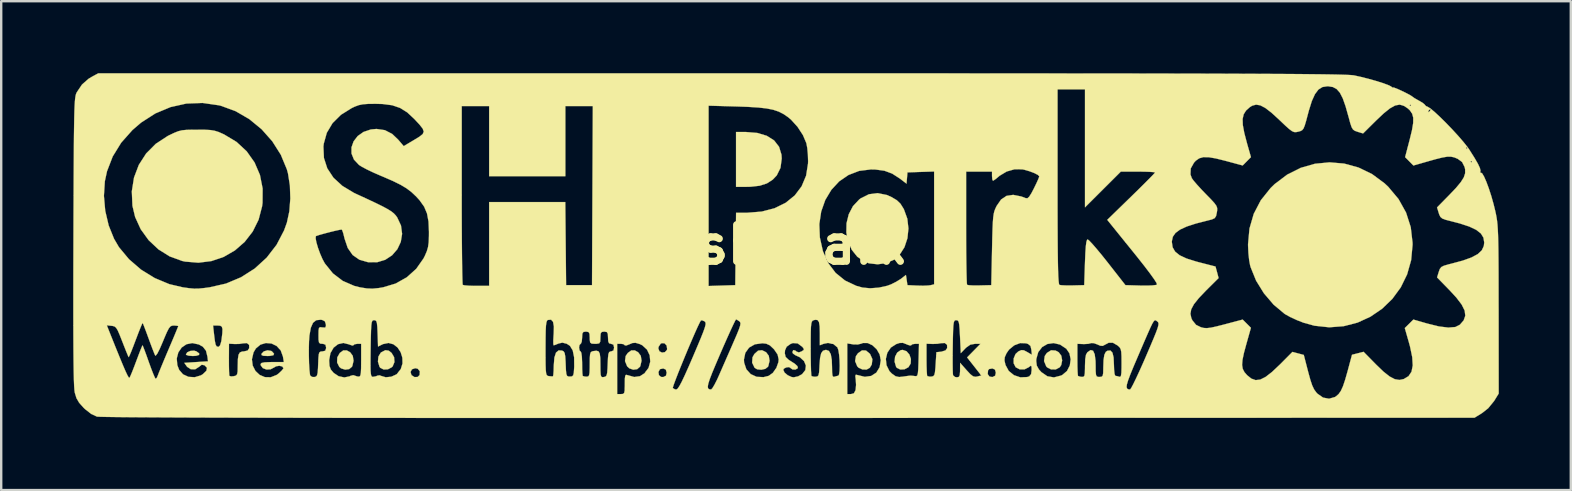
<source format=kicad_pcb>
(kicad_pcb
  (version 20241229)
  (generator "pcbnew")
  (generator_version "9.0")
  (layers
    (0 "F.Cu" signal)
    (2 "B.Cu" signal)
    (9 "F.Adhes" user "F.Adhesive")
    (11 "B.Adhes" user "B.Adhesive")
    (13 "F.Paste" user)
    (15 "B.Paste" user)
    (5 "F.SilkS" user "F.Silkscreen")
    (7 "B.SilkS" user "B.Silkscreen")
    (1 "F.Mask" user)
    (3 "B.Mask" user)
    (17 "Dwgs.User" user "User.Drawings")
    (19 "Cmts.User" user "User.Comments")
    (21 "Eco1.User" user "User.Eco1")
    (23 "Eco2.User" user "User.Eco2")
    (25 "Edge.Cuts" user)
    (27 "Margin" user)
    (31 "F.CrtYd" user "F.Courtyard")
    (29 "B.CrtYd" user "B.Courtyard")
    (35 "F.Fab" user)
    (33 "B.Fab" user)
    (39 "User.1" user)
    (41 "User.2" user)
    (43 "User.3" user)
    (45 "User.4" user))
  (footprint "osh_park"
    (layer "F.Cu")
    (at 29.716 7.149)
    (property "Reference" "osh_park" (at 0 0 0) (layer "F.SilkS") (effects (font (size 1.524 1.524) (thickness 0.3))))
    (attr through_hole)
    (fp_poly (pts (xy -24.583 4.441) (xy -24.466 4.527) (xy -24.471 4.591) (xy -24.594 4.628) (xy -24.733 4.636) (xy -24.904 4.623) (xy -25.006 4.59) (xy -25.019 4.571) (xy -24.964 4.482) (xy -24.835 4.425) (xy -24.68 4.413) (xy -24.583 4.441)) (stroke (width 0.01) (type solid)) (fill yes) (layer "F.SilkS"))
    (fp_poly (pts (xy -21.467 4.423) (xy -21.43 4.446) (xy -21.345 4.544) (xy -21.375 4.605) (xy -21.525 4.633) (xy -21.62 4.636) (xy -21.795 4.627) (xy -21.868 4.596) (xy -21.867 4.54) (xy -21.771 4.443) (xy -21.617 4.399) (xy -21.467 4.423)) (stroke (width 0.01) (type solid)) (fill yes) (layer "F.SilkS"))
    (fp_poly (pts (xy -18.316 4.402) (xy -18.175 4.48) (xy -18.066 4.627) (xy -18.033 4.833) (xy -18.083 5.051) (xy -18.1 5.084) (xy -18.215 5.181) (xy -18.382 5.204) (xy -18.552 5.152) (xy -18.627 5.091) (xy -18.719 4.904) (xy -18.711 4.693) (xy -18.605 4.508) (xy -18.459 4.401) (xy -18.316 4.402)) (stroke (width 0.01) (type solid)) (fill yes) (layer "F.SilkS"))
    (fp_poly (pts (xy -6.314 4.402) (xy -6.174 4.48) (xy -6.064 4.627) (xy -6.032 4.833) (xy -6.082 5.051) (xy -6.098 5.084) (xy -6.214 5.185) (xy -6.379 5.206) (xy -6.544 5.149) (xy -6.632 5.066) (xy -6.722 4.847) (xy -6.694 4.637) (xy -6.604 4.508) (xy -6.457 4.401) (xy -6.314 4.402)) (stroke (width 0.01) (type solid)) (fill yes) (layer "F.SilkS"))
    (fp_poly (pts (xy -0.84 4.48) (xy -0.73 4.627) (xy -0.698 4.833) (xy -0.748 5.051) (xy -0.764 5.084) (xy -0.873 5.171) (xy -1.042 5.208) (xy -1.214 5.191) (xy -1.321 5.127) (xy -1.424 4.915) (xy -1.409 4.692) (xy -1.332 4.553) (xy -1.176 4.413) (xy -1.01 4.395) (xy -0.84 4.48)) (stroke (width 0.01) (type solid)) (fill yes) (layer "F.SilkS"))
    (fp_poly (pts (xy 3.321 4.408) (xy 3.483 4.543) (xy 3.491 4.553) (xy 3.587 4.766) (xy 3.562 4.988) (xy 3.48 5.127) (xy 3.347 5.2) (xy 3.173 5.197) (xy 3.012 5.124) (xy 2.956 5.066) (xy 2.866 4.849) (xy 2.901 4.642) (xy 2.987 4.52) (xy 3.156 4.401) (xy 3.321 4.408)) (stroke (width 0.01) (type solid)) (fill yes) (layer "F.SilkS"))
    (fp_poly (pts (xy 5.01 4.437) (xy 5.13 4.576) (xy 5.192 4.759) (xy 5.183 4.948) (xy 5.091 5.102) (xy 4.927 5.19) (xy 4.75 5.199) (xy 4.608 5.13) (xy 4.574 5.084) (xy 4.512 4.873) (xy 4.532 4.665) (xy 4.621 4.494) (xy 4.765 4.394) (xy 4.847 4.381) (xy 5.01 4.437)) (stroke (width 0.01) (type solid)) (fill yes) (layer "F.SilkS"))
    (fp_poly (pts (xy 11.221 4.409) (xy 11.352 4.48) (xy 11.459 4.623) (xy 11.495 4.819) (xy 11.457 5.012) (xy 11.394 5.107) (xy 11.228 5.196) (xy 11.034 5.195) (xy 10.868 5.109) (xy 10.83 5.066) (xy 10.74 4.847) (xy 10.769 4.637) (xy 10.858 4.508) (xy 11.034 4.397) (xy 11.221 4.409)) (stroke (width 0.01) (type solid)) (fill yes) (layer "F.SilkS"))
    (fp_poly (pts (xy -16.567 4.413) (xy -16.447 4.508) (xy -16.344 4.685) (xy -16.329 4.889) (xy -16.403 5.067) (xy -16.436 5.102) (xy -16.6 5.19) (xy -16.777 5.199) (xy -16.918 5.13) (xy -16.952 5.084) (xy -17.017 4.869) (xy -16.997 4.658) (xy -16.9 4.498) (xy -16.877 4.48) (xy -16.707 4.393) (xy -16.567 4.413)) (stroke (width 0.01) (type solid)) (fill yes) (layer "F.SilkS"))
    (fp_poly (pts (xy -1.209 -4.659) (xy -0.812 -4.54) (xy -0.508 -4.347) (xy -0.302 -4.083) (xy -0.201 -3.753) (xy -0.191 -3.59) (xy -0.242 -3.205) (xy -0.398 -2.89) (xy -0.565 -2.714) (xy -0.81 -2.556) (xy -1.108 -2.46) (xy -1.488 -2.417) (xy -1.667 -2.413) (xy -2.095 -2.413) (xy -2.095 -4.699) (xy -1.694 -4.699) (xy -1.209 -4.659)) (stroke (width 0.01) (type solid)) (fill yes) (layer "F.SilkS"))
    (fp_poly (pts (xy 4.188 -2.074) (xy 4.381 -1.989) (xy 4.605 -1.856) (xy 4.758 -1.709) (xy 4.889 -1.499) (xy 4.904 -1.469) (xy 5.043 -1.085) (xy 5.089 -0.677) (xy 5.048 -0.273) (xy 4.924 0.101) (xy 4.722 0.417) (xy 4.495 0.62) (xy 4.174 0.763) (xy 3.809 0.815) (xy 3.447 0.774) (xy 3.268 0.71) (xy 2.959 0.5) (xy 2.728 0.212) (xy 2.575 -0.133) (xy 2.502 -0.51) (xy 2.51 -0.897) (xy 2.602 -1.271) (xy 2.778 -1.609) (xy 3.04 -1.888) (xy 3.097 -1.931) (xy 3.442 -2.104) (xy 3.807 -2.151) (xy 4.188 -2.074)) (stroke (width 0.01) (type solid)) (fill yes) (layer "F.SilkS"))
    (fp_poly (pts (xy -24.228 -4.792) (xy -23.999 -4.78) (xy -23.823 -4.751) (xy -23.66 -4.7) (xy -23.475 -4.619) (xy -23.424 -4.595) (xy -22.909 -4.285) (xy -22.485 -3.892) (xy -22.158 -3.43) (xy -21.934 -2.909) (xy -21.822 -2.344) (xy -21.826 -1.746) (xy -21.845 -1.598) (xy -21.99 -1.045) (xy -22.237 -0.548) (xy -22.571 -0.118) (xy -22.978 0.237) (xy -23.444 0.506) (xy -23.955 0.68) (xy -24.495 0.748) (xy -25.051 0.702) (xy -25.178 0.674) (xy -25.697 0.485) (xy -26.168 0.19) (xy -26.575 -0.194) (xy -26.903 -0.648) (xy -27.135 -1.156) (xy -27.247 -1.624) (xy -27.273 -2.227) (xy -27.182 -2.799) (xy -26.981 -3.329) (xy -26.676 -3.803) (xy -26.274 -4.207) (xy -25.781 -4.53) (xy -25.731 -4.556) (xy -25.513 -4.66) (xy -25.342 -4.729) (xy -25.181 -4.769) (xy -24.99 -4.788) (xy -24.731 -4.794) (xy -24.546 -4.794) (xy -24.228 -4.792)) (stroke (width 0.01) (type solid)) (fill yes) (layer "F.SilkS"))
    (fp_poly (pts (xy 23.248 -3.382) (xy 23.842 -3.219) (xy 24.407 -2.946) (xy 24.927 -2.562) (xy 25.084 -2.415) (xy 25.513 -1.902) (xy 25.826 -1.34) (xy 26.021 -0.733) (xy 26.096 -0.083) (xy 26.097 0) (xy 26.038 0.639) (xy 25.87 1.234) (xy 25.605 1.776) (xy 25.253 2.256) (xy 24.828 2.666) (xy 24.341 2.998) (xy 23.804 3.244) (xy 23.228 3.393) (xy 22.626 3.44) (xy 22.009 3.374) (xy 21.555 3.249) (xy 21.273 3.139) (xy 20.999 3.012) (xy 20.786 2.893) (xy 20.761 2.877) (xy 20.304 2.494) (xy 19.902 2.023) (xy 19.577 1.497) (xy 19.353 0.946) (xy 19.327 0.857) (xy 19.287 0.641) (xy 19.257 0.352) (xy 19.242 0.046) (xy 19.241 -0.021) (xy 19.301 -0.677) (xy 19.479 -1.29) (xy 19.773 -1.854) (xy 20.181 -2.364) (xy 20.35 -2.528) (xy 20.871 -2.922) (xy 21.436 -3.205) (xy 22.03 -3.375) (xy 22.639 -3.434) (xy 23.248 -3.382)) (stroke (width 0.01) (type solid)) (fill yes) (layer "F.SilkS"))
    (fp_poly (pts (xy -0.518 -7.144) (xy 1.571 -7.144) (xy 3.539 -7.143) (xy 5.391 -7.143) (xy 7.129 -7.142) (xy 8.758 -7.141) (xy 10.279 -7.14) (xy 11.698 -7.139) (xy 13.017 -7.138) (xy 14.239 -7.137) (xy 15.368 -7.135) (xy 16.408 -7.133) (xy 17.362 -7.131) (xy 18.232 -7.128) (xy 19.024 -7.125) (xy 19.739 -7.122) (xy 20.382 -7.119) (xy 20.956 -7.116) (xy 21.463 -7.112) (xy 21.909 -7.107) (xy 22.295 -7.103) (xy 22.626 -7.098) (xy 22.905 -7.093) (xy 23.135 -7.087) (xy 23.319 -7.081) (xy 23.462 -7.075) (xy 23.566 -7.068) (xy 23.634 -7.061) (xy 23.654 -7.058) (xy 23.95 -6.993) (xy 24.266 -6.913) (xy 24.575 -6.826) (xy 24.852 -6.739) (xy 25.069 -6.66) (xy 25.2 -6.598) (xy 25.224 -6.577) (xy 25.267 -6.542) (xy 25.272 -6.555) (xy 25.323 -6.549) (xy 25.452 -6.5) (xy 25.626 -6.422) (xy 25.811 -6.332) (xy 25.974 -6.247) (xy 26.08 -6.181) (xy 26.099 -6.164) (xy 26.17 -6.114) (xy 26.311 -6.032) (xy 26.368 -6.002) (xy 26.515 -5.915) (xy 26.599 -5.847) (xy 26.607 -5.832) (xy 26.658 -5.779) (xy 26.727 -5.749) (xy 26.84 -5.68) (xy 27.016 -5.533) (xy 27.238 -5.327) (xy 27.488 -5.08) (xy 27.745 -4.813) (xy 27.993 -4.543) (xy 28.213 -4.289) (xy 28.387 -4.071) (xy 28.458 -3.969) (xy 28.676 -3.624) (xy 28.823 -3.369) (xy 28.905 -3.191) (xy 28.929 -3.078) (xy 28.917 -3.036) (xy 28.912 -2.994) (xy 28.941 -3.007) (xy 28.997 -2.975) (xy 29.077 -2.84) (xy 29.172 -2.623) (xy 29.275 -2.345) (xy 29.379 -2.026) (xy 29.474 -1.687) (xy 29.542 -1.409) (xy 29.572 -1.271) (xy 29.597 -1.137) (xy 29.618 -0.997) (xy 29.635 -0.837) (xy 29.648 -0.647) (xy 29.659 -0.415) (xy 29.667 -0.128) (xy 29.673 0.224) (xy 29.677 0.653) (xy 29.68 1.172) (xy 29.681 1.792) (xy 29.682 2.525) (xy 29.683 2.704) (xy 29.686 6.201) (xy 29.494 6.512) (xy 29.248 6.813) (xy 28.991 7.015) (xy 28.68 7.207) (xy 0.1 7.217) (xy -2.462 7.217) (xy -4.899 7.218) (xy -7.21 7.218) (xy -9.398 7.218) (xy -11.462 7.217) (xy -13.405 7.217) (xy -15.226 7.216) (xy -16.927 7.214) (xy -18.51 7.213) (xy -19.974 7.211) (xy -21.322 7.208) (xy -22.553 7.206) (xy -23.67 7.203) (xy -24.672 7.2) (xy -25.561 7.196) (xy -26.339 7.192) (xy -27.005 7.188) (xy -27.561 7.184) (xy -28.009 7.179) (xy -28.348 7.174) (xy -28.58 7.169) (xy -28.707 7.163) (xy -28.73 7.16) (xy -28.966 7.05) (xy -29.223 6.849) (xy -29.279 6.795) (xy -29.466 6.587) (xy -29.579 6.395) (xy -29.649 6.166) (xy -29.652 6.153) (xy -29.665 6.052) (xy -29.677 5.877) (xy -29.687 5.625) (xy -29.695 5.288) (xy -29.701 4.864) (xy -29.706 4.345) (xy -29.709 3.727) (xy -29.71 3.358) (xy -28.315 3.358) (xy -28.168 3.727) (xy -27.952 4.266) (xy -27.777 4.696) (xy -27.64 5.027) (xy -27.536 5.268) (xy -27.46 5.429) (xy -27.409 5.519) (xy -27.378 5.548) (xy -27.37 5.545) (xy -27.331 5.467) (xy -27.259 5.296) (xy -27.167 5.06) (xy -27.085 4.842) (xy -26.986 4.579) (xy -26.904 4.367) (xy -26.847 4.23) (xy -26.826 4.191) (xy -26.8 4.247) (xy -26.741 4.4) (xy -26.658 4.625) (xy -26.565 4.889) (xy -26.465 5.163) (xy -26.378 5.386) (xy -26.312 5.536) (xy -26.277 5.588) (xy -26.227 5.535) (xy -26.189 5.445) (xy -26.149 5.339) (xy -26.069 5.141) (xy -25.958 4.872) (xy -25.901 4.737) (xy -25.401 4.737) (xy -25.377 5.016) (xy -25.301 5.213) (xy -25.14 5.399) (xy -24.912 5.504) (xy -24.651 5.52) (xy -24.395 5.443) (xy -24.314 5.393) (xy -24.167 5.252) (xy -24.141 5.128) (xy -24.239 5.026) (xy -24.246 5.022) (xy -24.361 5) (xy -24.468 5.084) (xy -24.629 5.189) (xy -24.81 5.19) (xy -24.967 5.088) (xy -24.985 5.064) (xy -25.086 4.921) (xy -24.592 4.889) (xy -24.098 4.858) (xy -24.108 4.775) (xy -23.227 4.775) (xy -23.226 5.051) (xy -23.221 5.277) (xy -23.213 5.426) (xy -23.205 5.467) (xy -23.132 5.487) (xy -23.02 5.477) (xy -22.933 5.451) (xy -22.885 5.396) (xy -22.864 5.279) (xy -22.86 5.069) (xy -22.86 5.046) (xy -22.853 4.775) (xy -22.269 4.775) (xy -22.235 5.037) (xy -22.121 5.259) (xy -21.945 5.424) (xy -21.726 5.517) (xy -21.484 5.522) (xy -21.236 5.424) (xy -21.15 5.36) (xy -21.027 5.244) (xy -20.959 5.157) (xy -20.955 5.142) (xy -21.007 5.071) (xy -21.126 5.043) (xy -21.261 5.065) (xy -21.33 5.106) (xy -21.489 5.19) (xy -21.664 5.199) (xy -21.814 5.141) (xy -21.9 5.026) (xy -21.907 4.972) (xy -21.869 4.927) (xy -21.741 4.9) (xy -21.508 4.89) (xy -21.423 4.889) (xy -20.938 4.889) (xy -20.976 4.658) (xy -21.07 4.4) (xy -21.15 4.314) (xy -19.896 4.314) (xy -19.895 4.63) (xy -19.888 4.938) (xy -19.873 5.204) (xy -19.852 5.393) (xy -19.84 5.45) (xy -19.764 5.507) (xy -19.669 5.513) (xy -19.599 5.494) (xy -19.555 5.443) (xy -19.529 5.335) (xy -19.515 5.143) (xy -19.508 4.969) (xy -19.502 4.836) (xy -19.05 4.836) (xy -19.036 5.051) (xy -18.98 5.201) (xy -18.864 5.339) (xy -18.656 5.478) (xy -18.419 5.529) (xy -18.201 5.485) (xy -18.164 5.464) (xy -18.05 5.434) (xy -18.006 5.446) (xy -17.889 5.486) (xy -17.829 5.495) (xy -17.779 5.487) (xy -17.747 5.44) (xy -17.728 5.333) (xy -17.719 5.143) (xy -17.718 5.043) (xy -17.327 5.043) (xy -17.323 5.255) (xy -17.311 5.39) (xy -17.291 5.465) (xy -17.262 5.498) (xy -17.226 5.505) (xy -17.092 5.48) (xy -17.048 5.456) (xy -16.945 5.441) (xy -16.889 5.464) (xy -16.693 5.522) (xy -16.463 5.5) (xy -16.255 5.406) (xy -16.224 5.382) (xy -16.161 5.302) (xy -15.659 5.302) (xy -15.619 5.432) (xy -15.614 5.437) (xy -15.494 5.514) (xy -15.363 5.509) (xy -15.281 5.429) (xy -15.271 5.272) (xy -15.359 5.167) (xy -15.462 5.144) (xy -15.599 5.19) (xy -15.659 5.302) (xy -16.161 5.302) (xy -16.065 5.18) (xy -15.993 4.947) (xy -15.999 4.705) (xy -16.071 4.476) (xy -16.179 4.312) (xy -10.033 4.312) (xy -10.033 4.717) (xy -10.03 5.013) (xy -10.023 5.218) (xy -10.009 5.349) (xy -9.987 5.423) (xy -9.953 5.458) (xy -9.907 5.472) (xy -9.89 5.475) (xy -9.767 5.486) (xy -9.721 5.48) (xy -9.708 5.412) (xy -9.696 5.252) (xy -9.69 5.032) (xy -9.689 5.019) (xy -9.664 4.699) (xy -9.597 4.494) (xy -9.486 4.402) (xy -9.344 4.41) (xy -9.278 4.444) (xy -9.237 4.514) (xy -9.212 4.647) (xy -9.198 4.87) (xy -9.194 4.972) (xy -9.183 5.228) (xy -9.167 5.382) (xy -9.137 5.461) (xy -9.085 5.489) (xy -9.017 5.493) (xy -8.931 5.485) (xy -8.881 5.441) (xy -8.855 5.333) (xy -8.841 5.132) (xy -8.838 5.08) (xy -8.842 4.688) (xy -8.9 4.403) (xy -8.971 4.286) (xy -8.636 4.286) (xy -8.614 4.406) (xy -8.572 4.445) (xy -8.541 4.504) (xy -8.519 4.666) (xy -8.509 4.905) (xy -8.509 4.942) (xy -8.506 5.18) (xy -8.497 5.364) (xy -8.484 5.462) (xy -8.48 5.469) (xy -8.401 5.492) (xy -8.322 5.497) (xy -8.257 5.488) (xy -8.219 5.441) (xy -8.199 5.334) (xy -8.192 5.139) (xy -8.191 4.979) (xy -8.189 4.722) (xy -8.177 4.566) (xy -8.149 4.482) (xy -8.097 4.445) (xy -8.046 4.432) (xy -7.909 4.416) (xy -7.821 4.445) (xy -7.773 4.54) (xy -7.751 4.721) (xy -7.747 4.994) (xy -7.745 5.255) (xy -7.736 5.413) (xy -7.712 5.493) (xy -7.667 5.517) (xy -7.604 5.513) (xy -7.534 5.494) (xy -7.489 5.443) (xy -7.464 5.335) (xy -7.45 5.142) (xy -7.443 4.969) (xy -7.431 4.71) (xy -7.413 4.554) (xy -7.382 4.474) (xy -7.331 4.447) (xy -7.3 4.445) (xy -7.202 4.406) (xy -7.176 4.286) (xy -7.205 4.162) (xy -7.303 4.128) (xy -7.048 4.128) (xy -7.048 6.223) (xy -6.89 6.223) (xy -6.805 6.216) (xy -6.757 6.176) (xy -6.736 6.074) (xy -6.734 5.971) (xy -4.73 5.971) (xy -4.64 6.025) (xy -4.583 6.032) (xy -4.532 6) (xy -4.471 5.913) (xy -3.273 5.913) (xy -3.259 5.986) (xy -3.214 6.021) (xy -3.14 6.031) (xy -3.134 6.032) (xy -3.08 5.977) (xy -2.992 5.83) (xy -2.883 5.616) (xy -2.806 5.445) (xy -2.676 5.148) (xy -2.517 4.785) (xy -1.766 4.785) (xy -1.758 4.912) (xy -1.665 5.189) (xy -1.484 5.39) (xy -1.238 5.503) (xy -0.948 5.517) (xy -0.734 5.463) (xy -0.561 5.339) (xy -0.471 5.211) (xy -0.127 5.211) (xy -0.073 5.326) (xy 0.058 5.437) (xy 0.22 5.511) (xy 0.309 5.524) (xy 0.489 5.485) (xy 0.658 5.393) (xy 0.792 5.224) (xy 0.816 5.034) (xy 0.738 4.848) (xy 0.567 4.69) (xy 0.376 4.602) (xy 0.276 4.531) (xy 0.254 4.472) (xy 0.289 4.389) (xy 0.377 4.41) (xy 0.425 4.451) (xy 0.522 4.487) (xy 0.633 4.446) (xy 0.729 4.383) (xy 0.72 4.318) (xy 0.715 4.312) (xy 1.016 4.312) (xy 1.018 4.677) (xy 1.023 4.997) (xy 1.03 5.251) (xy 1.04 5.416) (xy 1.05 5.473) (xy 1.133 5.497) (xy 1.224 5.5) (xy 1.297 5.486) (xy 1.341 5.437) (xy 1.366 5.324) (xy 1.38 5.121) (xy 1.384 5.019) (xy 1.407 4.717) (xy 1.452 4.523) (xy 1.527 4.417) (xy 1.639 4.382) (xy 1.657 4.381) (xy 1.775 4.424) (xy 1.853 4.559) (xy 1.895 4.798) (xy 1.905 5.083) (xy 1.909 5.319) (xy 1.924 5.452) (xy 1.955 5.504) (xy 2.005 5.5) (xy 2.126 5.465) (xy 2.164 5.461) (xy 2.199 5.404) (xy 2.22 5.253) (xy 2.226 5.044) (xy 2.219 4.808) (xy 2.2 4.58) (xy 2.17 4.392) (xy 2.13 4.277) (xy 2.129 4.276) (xy 1.96 4.136) (xy 1.835 4.111) (xy 2.54 4.111) (xy 2.54 6.223) (xy 2.694 6.223) (xy 2.815 6.191) (xy 2.879 6.073) (xy 2.889 6.035) (xy 2.898 5.937) (xy 14.179 5.937) (xy 14.204 5.999) (xy 14.26 6.026) (xy 14.324 6.032) (xy 14.368 5.976) (xy 14.452 5.819) (xy 14.57 5.578) (xy 14.714 5.268) (xy 14.876 4.906) (xy 14.984 4.657) (xy 15.171 4.221) (xy 15.312 3.887) (xy 15.412 3.64) (xy 15.475 3.465) (xy 15.506 3.348) (xy 15.51 3.273) (xy 15.492 3.227) (xy 15.459 3.196) (xy 15.417 3.164) (xy 15.383 3.146) (xy 15.348 3.153) (xy 15.306 3.197) (xy 15.25 3.291) (xy 15.174 3.448) (xy 15.071 3.679) (xy 14.933 3.996) (xy 14.754 4.412) (xy 14.662 4.627) (xy 14.474 5.066) (xy 14.335 5.404) (xy 14.242 5.653) (xy 14.191 5.826) (xy 14.179 5.937) (xy 2.898 5.937) (xy 2.907 5.839) (xy 2.894 5.624) (xy 2.893 5.616) (xy 2.876 5.467) (xy 2.898 5.414) (xy 2.968 5.43) (xy 3.272 5.504) (xy 3.539 5.466) (xy 3.751 5.329) (xy 3.889 5.103) (xy 3.937 4.813) (xy 3.926 4.755) (xy 4.148 4.755) (xy 4.175 5.02) (xy 4.295 5.262) (xy 4.4 5.371) (xy 4.555 5.48) (xy 4.702 5.512) (xy 4.855 5.496) (xy 5.032 5.47) (xy 5.157 5.455) (xy 5.175 5.454) (xy 5.287 5.463) (xy 5.366 5.474) (xy 5.422 5.474) (xy 5.46 5.441) (xy 5.483 5.352) (xy 5.498 5.187) (xy 5.508 4.923) (xy 5.511 4.81) (xy 5.529 4.128) (xy 5.368 4.128) (xy 5.248 4.147) (xy 5.207 4.186) (xy 5.158 4.2) (xy 5.038 4.16) (xy 5.012 4.147) (xy 4.953 4.124) (xy 5.842 4.124) (xy 5.842 4.782) (xy 5.845 5.058) (xy 5.853 5.283) (xy 5.864 5.43) (xy 5.874 5.472) (xy 5.955 5.493) (xy 6.048 5.493) (xy 6.12 5.478) (xy 6.166 5.428) (xy 6.194 5.318) (xy 6.214 5.12) (xy 6.223 4.98) (xy 6.225 4.944) (xy 6.932 4.944) (xy 6.935 5.205) (xy 6.942 5.38) (xy 6.95 5.443) (xy 7.031 5.51) (xy 7.11 5.524) (xy 7.189 5.507) (xy 7.228 5.434) (xy 7.241 5.273) (xy 7.241 5.223) (xy 7.244 4.921) (xy 7.514 5.227) (xy 7.67 5.395) (xy 7.781 5.481) (xy 7.878 5.503) (xy 7.955 5.491) (xy 8.126 5.448) (xy 8.082 5.392) (xy 8.393 5.392) (xy 8.469 5.494) (xy 8.588 5.513) (xy 8.702 5.458) (xy 8.731 5.334) (xy 8.696 5.203) (xy 8.588 5.155) (xy 8.454 5.178) (xy 8.407 5.234) (xy 8.393 5.392) (xy 8.082 5.392) (xy 7.83 5.071) (xy 7.635 4.823) (xy 9.091 4.823) (xy 9.134 5.008) (xy 9.135 5.012) (xy 9.27 5.259) (xy 9.487 5.435) (xy 9.753 5.525) (xy 10.036 5.513) (xy 10.123 5.486) (xy 10.201 5.39) (xy 10.223 5.222) (xy 10.219 5.077) (xy 10.191 5.04) (xy 10.121 5.089) (xy 10.107 5.102) (xy 9.929 5.192) (xy 9.726 5.192) (xy 9.558 5.104) (xy 9.474 4.939) (xy 9.474 4.848) (xy 10.414 4.848) (xy 10.438 5.036) (xy 10.527 5.196) (xy 10.63 5.309) (xy 10.878 5.48) (xy 11.152 5.528) (xy 11.449 5.451) (xy 11.502 5.425) (xy 11.696 5.261) (xy 11.814 5.031) (xy 11.85 4.772) (xy 11.798 4.523) (xy 11.667 4.332) (xy 11.408 4.16) (xy 11.273 4.128) (xy 12.129 4.128) (xy 12.129 4.784) (xy 12.131 5.059) (xy 12.138 5.283) (xy 12.148 5.429) (xy 12.157 5.468) (xy 12.237 5.496) (xy 12.316 5.507) (xy 12.383 5.502) (xy 12.422 5.457) (xy 12.44 5.346) (xy 12.446 5.142) (xy 12.446 5.049) (xy 12.456 4.765) (xy 12.488 4.583) (xy 12.546 4.481) (xy 12.682 4.388) (xy 12.784 4.416) (xy 12.852 4.567) (xy 12.886 4.839) (xy 12.89 5.021) (xy 12.892 5.267) (xy 12.904 5.412) (xy 12.933 5.483) (xy 12.989 5.506) (xy 13.049 5.509) (xy 13.137 5.501) (xy 13.184 5.457) (xy 13.204 5.349) (xy 13.209 5.146) (xy 13.209 5.12) (xy 13.22 4.8) (xy 13.253 4.587) (xy 13.314 4.463) (xy 13.381 4.417) (xy 13.506 4.407) (xy 13.591 4.497) (xy 13.638 4.694) (xy 13.652 4.993) (xy 13.66 5.218) (xy 13.679 5.384) (xy 13.706 5.459) (xy 13.711 5.461) (xy 13.817 5.482) (xy 13.87 5.5) (xy 13.916 5.503) (xy 13.946 5.454) (xy 13.963 5.334) (xy 13.969 5.121) (xy 13.97 4.933) (xy 13.968 4.649) (xy 13.958 4.464) (xy 13.932 4.347) (xy 13.885 4.269) (xy 13.81 4.201) (xy 13.803 4.196) (xy 13.609 4.083) (xy 13.434 4.084) (xy 13.293 4.158) (xy 13.185 4.215) (xy 13.079 4.206) (xy 12.962 4.154) (xy 12.809 4.099) (xy 12.698 4.098) (xy 12.691 4.102) (xy 12.582 4.129) (xy 12.41 4.139) (xy 12.372 4.138) (xy 12.129 4.128) (xy 11.273 4.128) (xy 11.138 4.097) (xy 10.881 4.135) (xy 10.66 4.264) (xy 10.498 4.475) (xy 10.419 4.758) (xy 10.414 4.848) (xy 9.474 4.848) (xy 9.474 4.739) (xy 9.552 4.553) (xy 9.666 4.448) (xy 9.794 4.39) (xy 9.901 4.398) (xy 10.035 4.468) (xy 10.232 4.584) (xy 10.212 4.374) (xy 10.175 4.217) (xy 10.075 4.135) (xy 9.991 4.106) (xy 9.746 4.097) (xy 9.498 4.191) (xy 9.283 4.368) (xy 9.179 4.517) (xy 9.104 4.683) (xy 9.091 4.823) (xy 7.635 4.823) (xy 7.534 4.695) (xy 8.091 4.128) (xy 7.867 4.128) (xy 7.669 4.163) (xy 7.494 4.286) (xy 7.457 4.323) (xy 7.271 4.518) (xy 7.239 3.83) (xy 7.223 3.527) (xy 7.206 3.329) (xy 7.183 3.214) (xy 7.148 3.159) (xy 7.096 3.144) (xy 7.08 3.143) (xy 7.034 3.149) (xy 7.001 3.179) (xy 6.977 3.249) (xy 6.961 3.378) (xy 6.95 3.583) (xy 6.942 3.881) (xy 6.936 4.252) (xy 6.932 4.619) (xy 6.932 4.944) (xy 6.225 4.944) (xy 6.255 4.477) (xy 6.458 4.457) (xy 6.633 4.403) (xy 6.703 4.306) (xy 6.698 4.169) (xy 6.601 4.094) (xy 6.445 4.102) (xy 6.296 4.127) (xy 6.102 4.134) (xy 6.08 4.133) (xy 5.842 4.124) (xy 4.953 4.124) (xy 4.861 4.089) (xy 4.726 4.092) (xy 4.583 4.138) (xy 4.357 4.283) (xy 4.21 4.499) (xy 4.148 4.755) (xy 3.926 4.755) (xy 3.89 4.571) (xy 3.767 4.356) (xy 3.593 4.191) (xy 3.394 4.096) (xy 3.195 4.093) (xy 3.124 4.121) (xy 2.981 4.155) (xy 2.792 4.152) (xy 2.771 4.148) (xy 2.54 4.111) (xy 1.835 4.111) (xy 1.737 4.091) (xy 1.56 4.126) (xy 1.397 4.188) (xy 1.397 3.685) (xy 1.39 3.401) (xy 1.362 3.224) (xy 1.305 3.139) (xy 1.211 3.126) (xy 1.142 3.143) (xy 1.097 3.164) (xy 1.064 3.206) (xy 1.042 3.286) (xy 1.027 3.423) (xy 1.02 3.634) (xy 1.017 3.938) (xy 1.016 4.312) (xy 0.715 4.312) (xy 0.664 4.251) (xy 0.474 4.111) (xy 0.274 4.096) (xy 0.177 4.133) (xy 0.015 4.248) (xy -0.053 4.397) (xy -0.063 4.525) (xy -0.027 4.676) (xy 0.101 4.797) (xy 0.143 4.823) (xy 0.355 4.959) (xy 0.463 5.058) (xy 0.481 5.133) (xy 0.474 5.147) (xy 0.384 5.2) (xy 0.263 5.197) (xy 0.18 5.143) (xy 0.177 5.135) (xy 0.111 5.098) (xy -0.002 5.112) (xy -0.1 5.162) (xy -0.127 5.211) (xy -0.471 5.211) (xy -0.416 5.135) (xy -0.33 4.896) (xy -0.318 4.777) (xy -0.363 4.574) (xy -0.508 4.362) (xy -0.527 4.341) (xy -0.687 4.191) (xy -0.838 4.122) (xy -0.996 4.105) (xy -1.309 4.148) (xy -1.551 4.286) (xy -1.708 4.504) (xy -1.766 4.785) (xy -2.517 4.785) (xy -2.516 4.782) (xy -2.347 4.397) (xy -2.202 4.064) (xy -2.063 3.743) (xy -1.972 3.517) (xy -1.922 3.367) (xy -1.91 3.274) (xy -1.928 3.218) (xy -1.955 3.191) (xy -2.056 3.125) (xy -2.096 3.111) (xy -2.131 3.167) (xy -2.208 3.324) (xy -2.321 3.566) (xy -2.461 3.877) (xy -2.622 4.241) (xy -2.745 4.524) (xy -2.941 4.982) (xy -3.089 5.336) (xy -3.191 5.601) (xy -3.251 5.789) (xy -3.273 5.913) (xy -4.471 5.913) (xy -4.46 5.898) (xy -4.361 5.715) (xy -4.231 5.441) (xy -4.064 5.068) (xy -3.885 4.653) (xy -3.699 4.215) (xy -3.558 3.879) (xy -3.459 3.63) (xy -3.397 3.454) (xy -3.366 3.336) (xy -3.363 3.261) (xy -3.381 3.216) (xy -3.407 3.192) (xy -3.512 3.147) (xy -3.561 3.159) (xy -3.609 3.243) (xy -3.694 3.42) (xy -3.807 3.671) (xy -3.939 3.976) (xy -4.084 4.315) (xy -4.231 4.668) (xy -4.373 5.015) (xy -4.503 5.336) (xy -4.61 5.612) (xy -4.688 5.822) (xy -4.727 5.946) (xy -4.73 5.971) (xy -6.734 5.971) (xy -6.731 5.882) (xy -6.731 5.803) (xy -6.728 5.58) (xy -6.713 5.46) (xy -6.679 5.419) (xy -6.62 5.432) (xy -6.337 5.511) (xy -6.097 5.477) (xy -5.909 5.356) (xy -5.865 5.297) (xy -5.328 5.297) (xy -5.309 5.434) (xy -5.22 5.508) (xy -5.128 5.513) (xy -5.014 5.458) (xy -4.985 5.334) (xy -5.02 5.203) (xy -5.128 5.155) (xy -5.264 5.184) (xy -5.328 5.297) (xy -5.865 5.297) (xy -5.74 5.131) (xy -5.669 4.871) (xy -5.692 4.607) (xy -5.805 4.369) (xy -5.858 4.32) (xy -5.334 4.32) (xy -5.287 4.44) (xy -5.18 4.493) (xy -5.06 4.475) (xy -4.976 4.385) (xy -4.966 4.344) (xy -4.988 4.198) (xy -5.075 4.107) (xy -5.191 4.1) (xy -5.239 4.128) (xy -5.32 4.25) (xy -5.334 4.32) (xy -5.858 4.32) (xy -6.001 4.189) (xy -6.107 4.138) (xy -6.281 4.086) (xy -6.413 4.095) (xy -6.536 4.147) (xy -6.665 4.197) (xy -6.729 4.193) (xy -6.731 4.186) (xy -6.785 4.142) (xy -6.89 4.128) (xy -7.048 4.128) (xy -7.303 4.128) (xy -7.386 4.106) (xy -7.422 4.02) (xy -7.429 3.873) (xy -7.438 3.71) (xy -7.479 3.637) (xy -7.574 3.62) (xy -7.588 3.619) (xy -7.691 3.633) (xy -7.736 3.699) (xy -7.747 3.851) (xy -7.747 3.873) (xy -7.754 4.036) (xy -7.795 4.108) (xy -7.904 4.127) (xy -7.969 4.128) (xy -8.112 4.12) (xy -8.175 4.072) (xy -8.191 3.948) (xy -8.191 3.873) (xy -8.2 3.71) (xy -8.241 3.637) (xy -8.336 3.62) (xy -8.35 3.619) (xy -8.453 3.633) (xy -8.498 3.699) (xy -8.509 3.851) (xy -8.509 3.873) (xy -8.523 4.033) (xy -8.558 4.121) (xy -8.572 4.128) (xy -8.62 4.182) (xy -8.636 4.286) (xy -8.971 4.286) (xy -9.015 4.214) (xy -9.147 4.126) (xy -9.331 4.079) (xy -9.494 4.116) (xy -9.499 4.119) (xy -9.629 4.172) (xy -9.696 4.191) (xy -9.709 4.133) (xy -9.71 3.98) (xy -9.698 3.762) (xy -9.694 3.721) (xy -9.685 3.41) (xy -9.72 3.212) (xy -9.802 3.122) (xy -9.935 3.133) (xy -9.937 3.134) (xy -9.972 3.165) (xy -9.997 3.239) (xy -10.015 3.371) (xy -10.026 3.58) (xy -10.031 3.881) (xy -10.033 4.292) (xy -10.033 4.312) (xy -16.179 4.312) (xy -16.198 4.283) (xy -16.37 4.148) (xy -16.576 4.092) (xy -16.804 4.139) (xy -16.83 4.151) (xy -17.013 4.242) (xy -17.031 3.693) (xy -17.043 3.427) (xy -17.06 3.264) (xy -17.088 3.179) (xy -17.135 3.147) (xy -17.177 3.143) (xy -17.221 3.149) (xy -17.254 3.177) (xy -17.278 3.245) (xy -17.294 3.369) (xy -17.305 3.567) (xy -17.313 3.855) (xy -17.32 4.251) (xy -17.321 4.323) (xy -17.326 4.738) (xy -17.327 5.043) (xy -17.718 5.043) (xy -17.717 4.85) (xy -17.716 4.815) (xy -17.716 4.128) (xy -17.875 4.128) (xy -17.995 4.148) (xy -18.034 4.186) (xy -18.082 4.201) (xy -18.201 4.161) (xy -18.22 4.152) (xy -18.459 4.092) (xy -18.681 4.144) (xy -18.866 4.29) (xy -18.996 4.516) (xy -19.05 4.804) (xy -19.05 4.836) (xy -19.502 4.836) (xy -19.497 4.712) (xy -19.481 4.557) (xy -19.451 4.478) (xy -19.399 4.449) (xy -19.333 4.445) (xy -19.214 4.418) (xy -19.178 4.313) (xy -19.177 4.286) (xy -19.203 4.165) (xy -19.306 4.128) (xy -19.336 4.128) (xy -19.426 4.119) (xy -19.473 4.072) (xy -19.492 3.956) (xy -19.494 3.771) (xy -19.491 3.569) (xy -19.473 3.466) (xy -19.425 3.434) (xy -19.334 3.445) (xy -19.332 3.445) (xy -19.216 3.452) (xy -19.184 3.387) (xy -19.189 3.31) (xy -19.231 3.186) (xy -19.341 3.133) (xy -19.402 3.124) (xy -19.589 3.144) (xy -19.723 3.253) (xy -19.815 3.462) (xy -19.872 3.783) (xy -19.873 3.791) (xy -19.889 4.023) (xy -19.896 4.314) (xy -21.15 4.314) (xy -21.238 4.218) (xy -21.452 4.115) (xy -21.686 4.095) (xy -21.913 4.162) (xy -22.103 4.32) (xy -22.202 4.487) (xy -22.269 4.775) (xy -22.853 4.775) (xy -22.853 4.763) (xy -22.826 4.584) (xy -22.769 4.487) (xy -22.673 4.449) (xy -22.603 4.445) (xy -22.449 4.409) (xy -22.381 4.31) (xy -22.385 4.172) (xy -22.48 4.097) (xy -22.638 4.108) (xy -22.788 4.132) (xy -22.981 4.137) (xy -22.994 4.136) (xy -23.224 4.123) (xy -23.227 4.775) (xy -24.108 4.775) (xy -24.121 4.667) (xy -24.182 4.416) (xy -24.311 4.25) (xy -24.48 4.155) (xy -24.752 4.097) (xy -24.996 4.146) (xy -25.195 4.282) (xy -25.335 4.486) (xy -25.401 4.737) (xy -25.901 4.737) (xy -25.826 4.558) (xy -25.74 4.356) (xy -25.604 4.037) (xy -25.488 3.761) (xy -25.4 3.548) (xy -25.347 3.418) (xy -25.337 3.388) (xy -25.392 3.372) (xy -25.52 3.365) (xy -23.888 3.365) (xy -23.843 3.762) (xy -23.812 4.011) (xy -23.782 4.158) (xy -23.743 4.23) (xy -23.686 4.253) (xy -23.659 4.255) (xy -23.597 4.195) (xy -23.547 4.033) (xy -23.535 3.96) (xy -23.501 3.683) (xy -23.495 3.509) (xy -23.523 3.413) (xy -23.591 3.373) (xy -23.692 3.365) (xy -23.888 3.365) (xy -25.52 3.365) (xy -25.602 3.373) (xy -25.669 3.407) (xy -25.734 3.49) (xy -25.811 3.64) (xy -25.914 3.878) (xy -25.978 4.033) (xy -26.109 4.337) (xy -26.21 4.535) (xy -26.277 4.62) (xy -26.3 4.614) (xy -26.34 4.521) (xy -26.412 4.338) (xy -26.504 4.094) (xy -26.574 3.903) (xy -26.669 3.643) (xy -26.749 3.432) (xy -26.803 3.295) (xy -26.821 3.257) (xy -26.849 3.305) (xy -26.911 3.451) (xy -26.999 3.671) (xy -27.103 3.946) (xy -27.113 3.971) (xy -27.218 4.249) (xy -27.307 4.475) (xy -27.372 4.627) (xy -27.404 4.684) (xy -27.405 4.684) (xy -27.435 4.62) (xy -27.5 4.463) (xy -27.59 4.237) (xy -27.671 4.03) (xy -27.782 3.749) (xy -27.863 3.565) (xy -27.93 3.457) (xy -27.997 3.403) (xy -28.079 3.382) (xy -28.115 3.378) (xy -28.315 3.358) (xy -29.71 3.358) (xy -29.711 3.004) (xy -29.711 2.172) (xy -29.71 1.225) (xy -29.707 0.157) (xy -29.706 -0.159) (xy -29.703 -1.165) (xy -29.699 -2.038) (xy -28.436 -2.038) (xy -28.381 -1.414) (xy -28.238 -0.806) (xy -28.014 -0.249) (xy -27.809 0.101) (xy -27.391 0.603) (xy -26.886 1.038) (xy -26.316 1.389) (xy -25.707 1.643) (xy -25.148 1.774) (xy -24.879 1.811) (xy -24.674 1.829) (xy -24.484 1.826) (xy -24.258 1.804) (xy -24.029 1.773) (xy -23.348 1.618) (xy -22.718 1.353) (xy -22.149 0.99) (xy -21.653 0.537) (xy -21.242 0.004) (xy -21.099 -0.269) (xy -19.614 -0.269) (xy -19.581 -0.098) (xy -19.516 0.125) (xy -19.428 0.367) (xy -19.329 0.596) (xy -19.231 0.776) (xy -18.894 1.193) (xy -18.482 1.507) (xy -18 1.716) (xy -17.763 1.775) (xy -17.482 1.82) (xy -17.242 1.83) (xy -16.98 1.804) (xy -16.794 1.772) (xy -16.619 1.719) (xy -3.239 1.719) (xy -2.127 1.683) (xy -2.099 -0.858) (xy 1.375 -0.858) (xy 1.397 -0.307) (xy 1.525 0.268) (xy 1.746 0.763) (xy 2.055 1.173) (xy 2.448 1.491) (xy 2.918 1.713) (xy 3.175 1.784) (xy 3.491 1.814) (xy 3.855 1.787) (xy 4.205 1.71) (xy 4.364 1.651) (xy 4.575 1.545) (xy 4.766 1.428) (xy 4.813 1.393) (xy 4.985 1.258) (xy 5.048 1.683) (xy 5.459 1.702) (xy 5.698 1.707) (xy 5.904 1.699) (xy 6.015 1.685) (xy 6.16 1.649) (xy 6.16 -3.048) (xy 7.493 -3.048) (xy 7.493 -0.709) (xy 7.494 -0.176) (xy 7.497 0.316) (xy 7.502 0.753) (xy 7.508 1.122) (xy 7.515 1.407) (xy 7.523 1.594) (xy 7.532 1.668) (xy 7.532 1.669) (xy 7.61 1.686) (xy 7.781 1.696) (xy 8.01 1.696) (xy 8.056 1.695) (xy 8.541 1.683) (xy 8.573 0.188) (xy 8.583 -0.287) (xy 8.594 -0.654) (xy 8.606 -0.931) (xy 8.622 -1.136) (xy 8.643 -1.288) (xy 8.672 -1.405) (xy 8.711 -1.506) (xy 8.761 -1.61) (xy 8.766 -1.62) (xy 8.95 -1.885) (xy 9.177 -2.037) (xy 9.454 -2.079) (xy 9.791 -2.012) (xy 9.982 -1.94) (xy 10.049 -1.938) (xy 10.122 -2.004) (xy 10.217 -2.154) (xy 10.315 -2.342) (xy 10.422 -2.561) (xy 10.501 -2.737) (xy 10.539 -2.839) (xy 10.541 -2.849) (xy 10.485 -2.909) (xy 10.34 -2.985) (xy 10.14 -3.061) (xy 9.92 -3.125) (xy 9.832 -3.143) (xy 9.514 -3.146) (xy 9.183 -3.052) (xy 8.891 -2.877) (xy 8.865 -2.855) (xy 8.728 -2.741) (xy 8.631 -2.675) (xy 8.612 -2.667) (xy 8.584 -2.722) (xy 8.573 -2.855) (xy 8.572 -2.857) (xy 8.572 -3.048) (xy 7.493 -3.048) (xy 6.16 -3.048) (xy 6.16 -3.053) (xy 5.604 -3.035) (xy 5.048 -3.016) (xy 5.029 -2.781) (xy 5.009 -2.546) (xy 4.73 -2.76) (xy 4.413 -2.964) (xy 4.09 -3.084) (xy 3.715 -3.135) (xy 3.524 -3.139) (xy 3.036 -3.078) (xy 2.593 -2.908) (xy 2.203 -2.641) (xy 1.877 -2.289) (xy 1.624 -1.867) (xy 1.454 -1.385) (xy 1.375 -0.858) (xy -2.099 -0.858) (xy -2.093 -1.333) (xy -1.631 -1.333) (xy -1.025 -1.382) (xy -0.487 -1.522) (xy -0.026 -1.749) (xy 0.352 -2.055) (xy 0.638 -2.434) (xy 0.825 -2.879) (xy 0.905 -3.385) (xy 0.908 -3.484) (xy 0.899 -3.763) (xy 0.874 -4.031) (xy 0.836 -4.231) (xy 0.836 -4.233) (xy 0.692 -4.571) (xy 0.468 -4.914) (xy 0.198 -5.212) (xy 0.077 -5.314) (xy -0.115 -5.446) (xy -0.315 -5.548) (xy -0.543 -5.625) (xy -0.82 -5.68) (xy -1.166 -5.719) (xy -1.601 -5.746) (xy -2.048 -5.762) (xy -3.239 -5.795) (xy -3.239 1.719) (xy -16.619 1.719) (xy -16.276 1.616) (xy -15.813 1.355) (xy -15.421 1.003) (xy -15.119 0.573) (xy -15.06 0.457) (xy -14.979 0.268) (xy -14.929 0.095) (xy -14.902 -0.103) (xy -14.892 -0.366) (xy -14.891 -0.54) (xy -14.909 -0.965) (xy -14.972 -1.303) (xy -15.092 -1.588) (xy -15.284 -1.857) (xy -15.437 -2.024) (xy -15.624 -2.198) (xy -15.827 -2.352) (xy -16.071 -2.498) (xy -16.38 -2.651) (xy -16.779 -2.825) (xy -16.908 -2.879) (xy -17.204 -3.008) (xy -17.479 -3.139) (xy -17.696 -3.255) (xy -17.807 -3.326) (xy -18.017 -3.55) (xy -18.118 -3.801) (xy -18.119 -4.061) (xy -18.03 -4.31) (xy -17.86 -4.53) (xy -17.618 -4.701) (xy -17.313 -4.804) (xy -17.075 -4.826) (xy -16.727 -4.775) (xy -16.422 -4.617) (xy -16.175 -4.381) (xy -15.943 -4.11) (xy -15.496 -4.376) (xy -15.281 -4.508) (xy -15.151 -4.613) (xy -15.108 -4.715) (xy -15.151 -4.837) (xy -15.281 -5.004) (xy -15.499 -5.238) (xy -15.507 -5.246) (xy -15.797 -5.516) (xy -16.091 -5.7) (xy -16.321 -5.779) (xy -13.525 -5.779) (xy -13.525 -2.074) (xy -13.525 -1.4) (xy -13.523 -0.764) (xy -13.52 -0.177) (xy -13.515 0.349) (xy -13.51 0.803) (xy -13.504 1.173) (xy -13.497 1.449) (xy -13.49 1.619) (xy -13.483 1.672) (xy -13.404 1.692) (xy -13.231 1.706) (xy -12.996 1.714) (xy -12.912 1.714) (xy -12.383 1.714) (xy -12.383 -1.778) (xy -9.21 -1.778) (xy -9.176 1.683) (xy -8.096 1.683) (xy -8.08 -2.048) (xy -8.063 -5.779) (xy -9.207 -5.779) (xy -9.207 -2.857) (xy -12.383 -2.857) (xy -12.383 -5.779) (xy -13.525 -5.779) (xy -16.321 -5.779) (xy -16.421 -5.813) (xy -16.82 -5.865) (xy -17.113 -5.873) (xy -17.421 -5.87) (xy -17.642 -5.854) (xy -17.816 -5.818) (xy -17.983 -5.756) (xy -18.108 -5.697) (xy -18.558 -5.416) (xy -18.907 -5.07) (xy -19.148 -4.666) (xy -19.275 -4.211) (xy -19.289 -4.09) (xy -19.268 -3.617) (xy -19.128 -3.184) (xy -18.872 -2.795) (xy -18.501 -2.454) (xy -18.018 -2.163) (xy -17.925 -2.119) (xy -17.458 -1.904) (xy -17.093 -1.732) (xy -16.815 -1.595) (xy -16.608 -1.483) (xy -16.459 -1.39) (xy -16.352 -1.305) (xy -16.274 -1.221) (xy -16.215 -1.14) (xy -16.056 -0.8) (xy -16.01 -0.454) (xy -16.065 -0.119) (xy -16.208 0.185) (xy -16.428 0.439) (xy -16.714 0.627) (xy -17.052 0.729) (xy -17.428 0.727) (xy -17.79 0.623) (xy -18.071 0.427) (xy -18.276 0.133) (xy -18.41 -0.263) (xy -18.418 -0.3) (xy -18.464 -0.485) (xy -18.508 -0.607) (xy -18.531 -0.635) (xy -18.63 -0.619) (xy -18.808 -0.58) (xy -19.027 -0.526) (xy -19.252 -0.467) (xy -19.446 -0.413) (xy -19.573 -0.371) (xy -19.603 -0.358) (xy -19.614 -0.269) (xy -21.099 -0.269) (xy -20.928 -0.598) (xy -20.811 -0.921) (xy -20.709 -1.394) (xy -20.668 -1.927) (xy -20.686 -2.469) (xy -20.765 -2.971) (xy -20.812 -3.143) (xy -21.065 -3.752) (xy -21.421 -4.313) (xy -21.865 -4.814) (xy -22.38 -5.237) (xy -22.949 -5.567) (xy -23.557 -5.79) (xy -23.638 -5.81) (xy -24.324 -5.909) (xy -25.001 -5.884) (xy -25.66 -5.737) (xy -26.291 -5.473) (xy -26.883 -5.093) (xy -27.249 -4.779) (xy -27.715 -4.254) (xy -28.069 -3.679) (xy -28.307 -3.063) (xy -28.397 -2.646) (xy -28.436 -2.038) (xy -29.699 -2.038) (xy -29.699 -2.053) (xy -29.696 -2.829) (xy -29.692 -3.501) (xy -29.688 -4.078) (xy -29.684 -4.567) (xy -29.678 -4.976) (xy -29.672 -5.313) (xy -29.665 -5.586) (xy -29.656 -5.802) (xy -29.646 -5.97) (xy -29.634 -6.096) (xy -29.62 -6.19) (xy -29.605 -6.259) (xy -29.587 -6.31) (xy -29.568 -6.35) (xy -29.483 -6.477) (xy 11.303 -6.477) (xy 11.303 -2.418) (xy 11.303 -1.565) (xy 11.305 -0.831) (xy 11.308 -0.209) (xy 11.312 0.31) (xy 11.318 0.732) (xy 11.325 1.065) (xy 11.334 1.318) (xy 11.346 1.497) (xy 11.359 1.61) (xy 11.375 1.666) (xy 11.382 1.674) (xy 11.481 1.688) (xy 11.669 1.696) (xy 11.907 1.696) (xy 11.938 1.695) (xy 12.414 1.683) (xy 12.446 0.73) (xy 12.462 0.339) (xy 12.481 0.062) (xy 12.504 -0.115) (xy 12.533 -0.204) (xy 12.559 -0.222) (xy 12.621 -0.174) (xy 12.748 -0.041) (xy 12.924 0.162) (xy 13.138 0.419) (xy 13.374 0.715) (xy 13.386 0.73) (xy 14.132 1.683) (xy 14.76 1.701) (xy 15.033 1.703) (xy 15.259 1.694) (xy 15.407 1.675) (xy 15.447 1.66) (xy 15.427 1.592) (xy 15.328 1.435) (xy 15.156 1.195) (xy 14.915 0.878) (xy 14.609 0.491) (xy 14.44 0.281) (xy 14.121 -0.113) (xy 16.066 -0.113) (xy 16.098 0.105) (xy 16.202 0.286) (xy 16.392 0.439) (xy 16.681 0.574) (xy 17.08 0.699) (xy 17.191 0.729) (xy 17.885 0.907) (xy 17.95 1.147) (xy 18.014 1.388) (xy 17.482 1.916) (xy 17.187 2.226) (xy 16.986 2.478) (xy 16.873 2.69) (xy 16.84 2.878) (xy 16.879 3.059) (xy 16.921 3.149) (xy 17.076 3.339) (xy 17.283 3.44) (xy 17.403 3.468) (xy 17.53 3.474) (xy 17.692 3.455) (xy 17.917 3.406) (xy 18.233 3.326) (xy 18.273 3.315) (xy 19.018 3.118) (xy 19.189 3.289) (xy 19.361 3.461) (xy 19.174 4.123) (xy 19.07 4.507) (xy 19.01 4.794) (xy 18.993 5.008) (xy 19.02 5.171) (xy 19.09 5.307) (xy 19.202 5.436) (xy 19.379 5.578) (xy 19.557 5.641) (xy 19.75 5.619) (xy 19.972 5.508) (xy 20.238 5.302) (xy 20.56 4.998) (xy 20.597 4.962) (xy 21.091 4.465) (xy 21.327 4.528) (xy 21.564 4.591) (xy 21.746 5.296) (xy 21.837 5.627) (xy 21.915 5.861) (xy 21.994 6.028) (xy 22.085 6.154) (xy 22.134 6.207) (xy 22.367 6.369) (xy 22.617 6.416) (xy 22.86 6.346) (xy 22.91 6.314) (xy 23.017 6.22) (xy 23.109 6.089) (xy 23.196 5.899) (xy 23.287 5.628) (xy 23.393 5.256) (xy 23.4 5.229) (xy 23.573 4.584) (xy 24.056 4.461) (xy 24.579 4.993) (xy 24.888 5.29) (xy 25.142 5.49) (xy 25.357 5.602) (xy 25.549 5.634) (xy 25.73 5.596) (xy 25.929 5.476) (xy 26.053 5.29) (xy 26.104 5.029) (xy 26.083 4.684) (xy 25.992 4.245) (xy 25.944 4.069) (xy 25.773 3.471) (xy 25.952 3.294) (xy 26.13 3.117) (xy 26.702 3.282) (xy 27.196 3.404) (xy 27.587 3.452) (xy 27.879 3.428) (xy 28.067 3.334) (xy 28.226 3.151) (xy 28.294 2.958) (xy 28.268 2.743) (xy 28.144 2.494) (xy 27.92 2.199) (xy 27.647 1.903) (xy 27.118 1.361) (xy 27.189 1.129) (xy 27.233 1.008) (xy 27.295 0.929) (xy 27.405 0.873) (xy 27.594 0.818) (xy 27.711 0.789) (xy 28.191 0.66) (xy 28.555 0.529) (xy 28.815 0.389) (xy 28.982 0.232) (xy 29.066 0.052) (xy 29.083 -0.095) (xy 29.05 -0.297) (xy 28.943 -0.47) (xy 28.75 -0.621) (xy 28.461 -0.758) (xy 28.065 -0.888) (xy 27.711 -0.98) (xy 27.477 -1.04) (xy 27.336 -1.093) (xy 27.257 -1.16) (xy 27.208 -1.26) (xy 27.188 -1.322) (xy 27.117 -1.555) (xy 27.617 -2.064) (xy 27.907 -2.368) (xy 28.108 -2.611) (xy 28.232 -2.808) (xy 28.288 -2.98) (xy 28.287 -3.145) (xy 28.264 -3.242) (xy 28.16 -3.448) (xy 28.143 -3.461) (xy 28.512 -3.461) (xy 28.543 -3.429) (xy 28.575 -3.461) (xy 28.543 -3.493) (xy 28.512 -3.461) (xy 28.143 -3.461) (xy 27.978 -3.581) (xy 27.834 -3.641) (xy 27.695 -3.671) (xy 27.536 -3.669) (xy 27.327 -3.633) (xy 27.044 -3.562) (xy 26.798 -3.493) (xy 26.132 -3.302) (xy 25.959 -3.477) (xy 25.786 -3.651) (xy 25.886 -4.032) (xy 28.321 -4.032) (xy 28.353 -4) (xy 28.384 -4.032) (xy 28.353 -4.064) (xy 28.321 -4.032) (xy 25.886 -4.032) (xy 25.977 -4.381) (xy 26.073 -4.776) (xy 26.122 -5.073) (xy 26.125 -5.295) (xy 26.079 -5.464) (xy 26.034 -5.529) (xy 26.749 -5.529) (xy 26.758 -5.524) (xy 26.816 -5.569) (xy 26.829 -5.588) (xy 26.845 -5.647) (xy 26.836 -5.652) (xy 26.778 -5.607) (xy 26.765 -5.588) (xy 26.749 -5.529) (xy 26.034 -5.529) (xy 25.984 -5.601) (xy 25.901 -5.679) (xy 25.729 -5.795) (xy 25.669 -5.81) (xy 25.971 -5.81) (xy 26.003 -5.779) (xy 26.035 -5.81) (xy 26.003 -5.842) (xy 25.971 -5.81) (xy 25.669 -5.81) (xy 25.557 -5.839) (xy 25.372 -5.804) (xy 25.156 -5.685) (xy 24.896 -5.477) (xy 24.574 -5.173) (xy 24.034 -4.638) (xy 23.804 -4.708) (xy 23.692 -4.748) (xy 23.616 -4.802) (xy 23.557 -4.899) (xy 23.501 -5.064) (xy 23.431 -5.325) (xy 23.43 -5.327) (xy 23.305 -5.77) (xy 23.188 -6.102) (xy 23.067 -6.337) (xy 22.933 -6.489) (xy 22.775 -6.573) (xy 22.585 -6.603) (xy 22.541 -6.604) (xy 22.341 -6.572) (xy 22.174 -6.467) (xy 22.03 -6.276) (xy 21.899 -5.988) (xy 21.774 -5.588) (xy 21.743 -5.472) (xy 21.663 -5.169) (xy 21.603 -4.967) (xy 21.551 -4.842) (xy 21.494 -4.773) (xy 21.421 -4.736) (xy 21.337 -4.713) (xy 21.241 -4.693) (xy 21.159 -4.697) (xy 21.068 -4.737) (xy 20.949 -4.827) (xy 20.78 -4.979) (xy 20.542 -5.205) (xy 20.534 -5.214) (xy 20.216 -5.504) (xy 19.96 -5.701) (xy 19.751 -5.81) (xy 19.574 -5.839) (xy 19.412 -5.794) (xy 19.314 -5.733) (xy 19.159 -5.594) (xy 19.06 -5.437) (xy 19.015 -5.242) (xy 19.023 -4.99) (xy 19.084 -4.662) (xy 19.195 -4.238) (xy 19.208 -4.191) (xy 19.362 -3.651) (xy 19.018 -3.304) (xy 18.295 -3.499) (xy 17.9 -3.597) (xy 17.601 -3.648) (xy 17.377 -3.65) (xy 17.206 -3.602) (xy 17.065 -3.503) (xy 16.99 -3.422) (xy 16.853 -3.179) (xy 16.842 -2.93) (xy 16.898 -2.774) (xy 16.97 -2.674) (xy 17.111 -2.509) (xy 17.299 -2.303) (xy 17.476 -2.119) (xy 17.695 -1.895) (xy 17.838 -1.738) (xy 17.92 -1.625) (xy 17.954 -1.533) (xy 17.955 -1.438) (xy 17.941 -1.346) (xy 17.908 -1.195) (xy 17.851 -1.109) (xy 17.735 -1.055) (xy 17.569 -1.013) (xy 17.07 -0.885) (xy 16.686 -0.76) (xy 16.406 -0.631) (xy 16.217 -0.491) (xy 16.107 -0.334) (xy 16.067 -0.151) (xy 16.066 -0.113) (xy 14.121 -0.113) (xy 13.374 -1.038) (xy 14.37 -2.007) (xy 14.661 -2.291) (xy 14.918 -2.546) (xy 15.129 -2.758) (xy 15.28 -2.913) (xy 15.359 -3) (xy 15.367 -3.012) (xy 15.308 -3.026) (xy 15.147 -3.038) (xy 14.91 -3.046) (xy 14.654 -3.048) (xy 13.94 -3.048) (xy 13.193 -2.303) (xy 12.446 -1.558) (xy 12.446 -6.477) (xy 11.303 -6.477) (xy -29.483 -6.477) (xy -29.349 -6.676) (xy -29.075 -6.917) (xy -28.924 -7.007) (xy -28.67 -7.144) (xy -2.731 -7.144) (xy -0.518 -7.144)) (stroke (width 0.01) (type solid)) (fill yes) (layer "F.SilkS")))
  (gr_rect
    (start -3 -3)
    (end 62.407 17.372)
    (stroke (width 0.1) (type default))
    (fill no)
    (layer "Edge.Cuts")))
</source>
